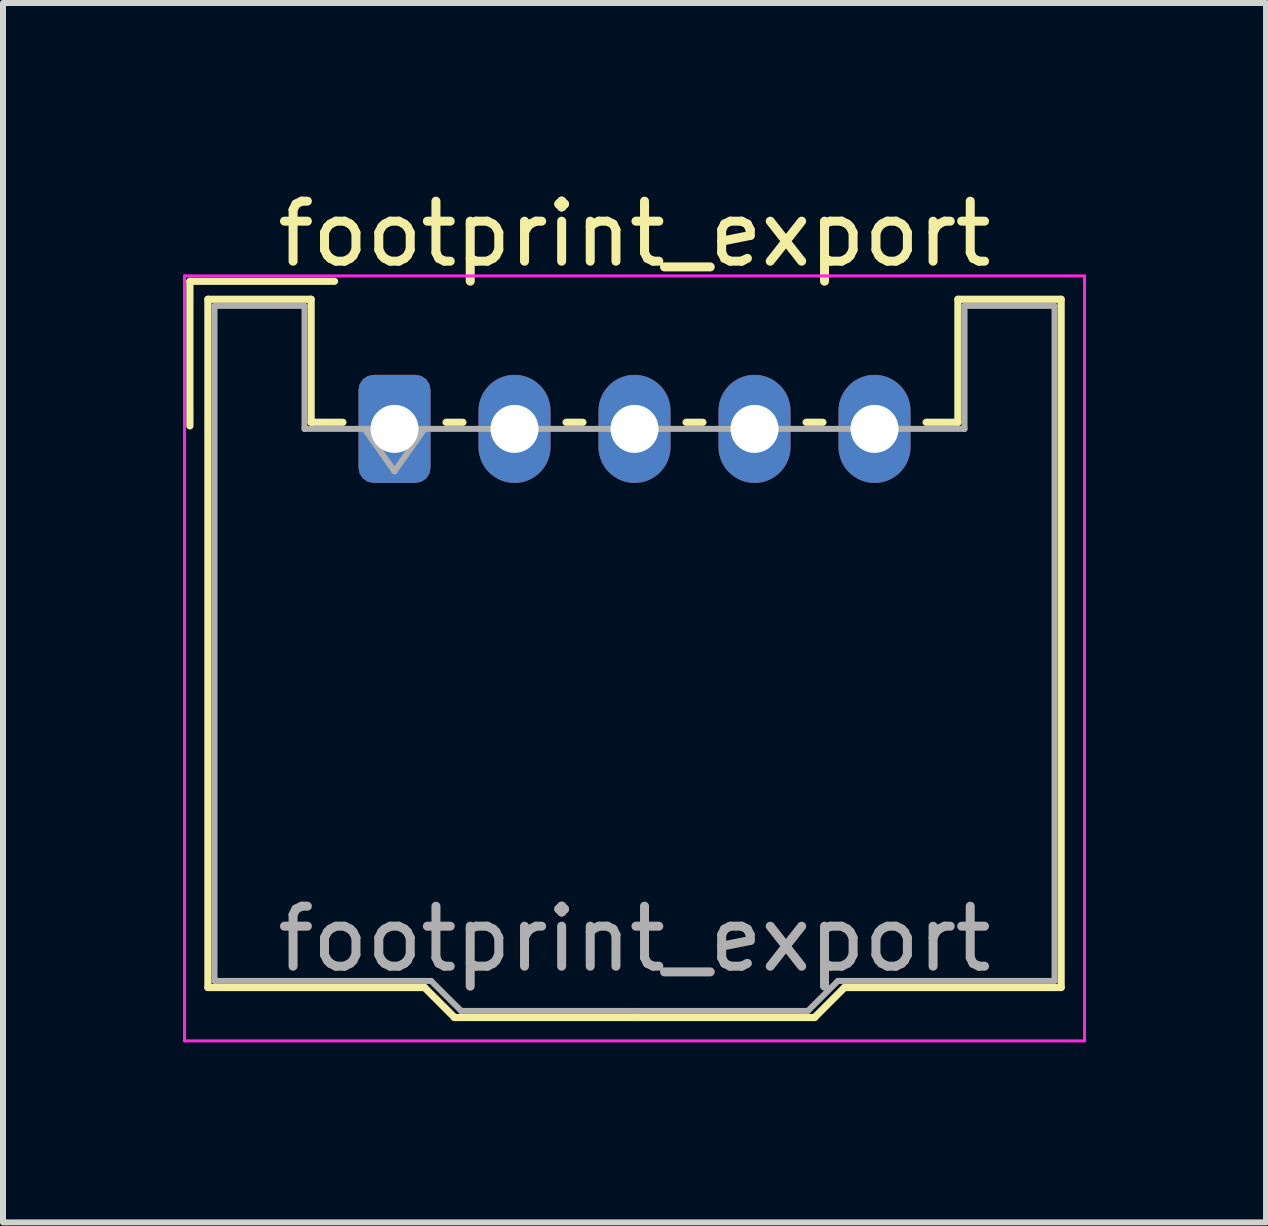
<source format=kicad_pcb>
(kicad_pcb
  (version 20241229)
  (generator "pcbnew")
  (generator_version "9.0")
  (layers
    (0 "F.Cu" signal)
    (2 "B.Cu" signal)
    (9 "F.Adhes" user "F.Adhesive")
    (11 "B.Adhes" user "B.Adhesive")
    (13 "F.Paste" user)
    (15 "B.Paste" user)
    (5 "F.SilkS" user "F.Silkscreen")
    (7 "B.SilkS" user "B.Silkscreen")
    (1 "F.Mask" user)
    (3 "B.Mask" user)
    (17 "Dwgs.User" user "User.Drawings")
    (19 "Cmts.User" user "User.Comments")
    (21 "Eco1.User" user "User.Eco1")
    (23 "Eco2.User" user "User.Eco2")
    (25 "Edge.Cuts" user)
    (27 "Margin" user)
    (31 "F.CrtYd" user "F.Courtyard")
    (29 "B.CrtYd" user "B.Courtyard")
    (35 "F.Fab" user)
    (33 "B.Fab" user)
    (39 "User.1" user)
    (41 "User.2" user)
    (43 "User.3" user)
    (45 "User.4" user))
  (footprint "footprint_export"
    (layer "F.Cu")
    (at 3.525 4.098)
    (property "Reference" "footprint_export" (at 4 -3.25 0) (layer "F.SilkS") (effects (font (size 1 1) (thickness 0.15))))
    (attr through_hole)
    (fp_line (start -3.41 -2.46) (end -1 -2.46) (stroke (width 0.12) (type solid)) (layer "F.SilkS"))
    (fp_line (start -3.41 -0.05) (end -3.41 -2.46) (stroke (width 0.12) (type solid)) (layer "F.SilkS"))
    (fp_line (start -3.11 -2.16) (end -1.39 -2.16) (stroke (width 0.12) (type solid)) (layer "F.SilkS"))
    (fp_line (start -3.11 9.31) (end -3.11 -2.16) (stroke (width 0.12) (type solid)) (layer "F.SilkS"))
    (fp_line (start -1.39 -2.16) (end -1.39 -0.11) (stroke (width 0.12) (type solid)) (layer "F.SilkS"))
    (fp_line (start -1.39 -0.11) (end -0.86 -0.11) (stroke (width 0.12) (type solid)) (layer "F.SilkS"))
    (fp_line (start 0.5 9.31) (end -3.11 9.31) (stroke (width 0.12) (type solid)) (layer "F.SilkS"))
    (fp_line (start 0.86 -0.11) (end 1.14 -0.11) (stroke (width 0.12) (type solid)) (layer "F.SilkS"))
    (fp_line (start 1 9.81) (end 0.5 9.31) (stroke (width 0.12) (type solid)) (layer "F.SilkS"))
    (fp_line (start 2.86 -0.11) (end 3.14 -0.11) (stroke (width 0.12) (type solid)) (layer "F.SilkS"))
    (fp_line (start 4 9.81) (end 1 9.81) (stroke (width 0.12) (type solid)) (layer "F.SilkS"))
    (fp_line (start 4 9.81) (end 7 9.81) (stroke (width 0.12) (type solid)) (layer "F.SilkS"))
    (fp_line (start 4.86 -0.11) (end 5.14 -0.11) (stroke (width 0.12) (type solid)) (layer "F.SilkS"))
    (fp_line (start 6.86 -0.11) (end 7.14 -0.11) (stroke (width 0.12) (type solid)) (layer "F.SilkS"))
    (fp_line (start 7 9.81) (end 7.5 9.31) (stroke (width 0.12) (type solid)) (layer "F.SilkS"))
    (fp_line (start 7.5 9.31) (end 11.11 9.31) (stroke (width 0.12) (type solid)) (layer "F.SilkS"))
    (fp_line (start 9.39 -2.16) (end 9.39 -0.11) (stroke (width 0.12) (type solid)) (layer "F.SilkS"))
    (fp_line (start 9.39 -0.11) (end 8.86 -0.11) (stroke (width 0.12) (type solid)) (layer "F.SilkS"))
    (fp_line (start 11.11 -2.16) (end 9.39 -2.16) (stroke (width 0.12) (type solid)) (layer "F.SilkS"))
    (fp_line (start 11.11 9.31) (end 11.11 -2.16) (stroke (width 0.12) (type solid)) (layer "F.SilkS"))
    (fp_line (start -3.5 -2.55) (end -3.5 10.2) (stroke (width 0.05) (type solid)) (layer "F.CrtYd"))
    (fp_line (start -3.5 10.2) (end 11.5 10.2) (stroke (width 0.05) (type solid)) (layer "F.CrtYd"))
    (fp_line (start 11.5 -2.55) (end -3.5 -2.55) (stroke (width 0.05) (type solid)) (layer "F.CrtYd"))
    (fp_line (start 11.5 10.2) (end 11.5 -2.55) (stroke (width 0.05) (type solid)) (layer "F.CrtYd"))
    (fp_line (start -3 -2.05) (end -1.5 -2.05) (stroke (width 0.1) (type solid)) (layer "F.Fab"))
    (fp_line (start -3 9.2) (end -3 -2.05) (stroke (width 0.1) (type solid)) (layer "F.Fab"))
    (fp_line (start -1.5 -2.05) (end -1.5 0) (stroke (width 0.1) (type solid)) (layer "F.Fab"))
    (fp_line (start -1.5 0) (end 4 0) (stroke (width 0.1) (type solid)) (layer "F.Fab"))
    (fp_line (start -0.5 0) (end 0 0.707) (stroke (width 0.1) (type solid)) (layer "F.Fab"))
    (fp_line (start 0 0.707) (end 0.5 0) (stroke (width 0.1) (type solid)) (layer "F.Fab"))
    (fp_line (start 0.61 9.2) (end -3 9.2) (stroke (width 0.1) (type solid)) (layer "F.Fab"))
    (fp_line (start 1.11 9.7) (end 0.61 9.2) (stroke (width 0.1) (type solid)) (layer "F.Fab"))
    (fp_line (start 4 9.7) (end 1.11 9.7) (stroke (width 0.1) (type solid)) (layer "F.Fab"))
    (fp_line (start 4 9.7) (end 6.89 9.7) (stroke (width 0.1) (type solid)) (layer "F.Fab"))
    (fp_line (start 6.89 9.7) (end 7.39 9.2) (stroke (width 0.1) (type solid)) (layer "F.Fab"))
    (fp_line (start 7.39 9.2) (end 11 9.2) (stroke (width 0.1) (type solid)) (layer "F.Fab"))
    (fp_line (start 9.5 -2.05) (end 9.5 0) (stroke (width 0.1) (type solid)) (layer "F.Fab"))
    (fp_line (start 9.5 0) (end 4 0) (stroke (width 0.1) (type solid)) (layer "F.Fab"))
    (fp_line (start 11 -2.05) (end 9.5 -2.05) (stroke (width 0.1) (type solid)) (layer "F.Fab"))
    (fp_line (start 11 9.2) (end 11 -2.05) (stroke (width 0.1) (type solid)) (layer "F.Fab"))
    (fp_text user "${REFERENCE}" (at 4 8.5 0) (layer "F.Fab") (effects (font (size 1 1) (thickness 0.15))))
    (pad "1" thru_hole roundrect (at 0 0) (size 1.2 1.8) (drill 0.8) (layers "*.Cu" "*.Mask") (roundrect_rratio 0.208))
    (pad "2" thru_hole oval (at 2 0) (size 1.2 1.8) (drill 0.8) (layers "*.Cu" "*.Mask"))
    (pad "3" thru_hole oval (at 4 0) (size 1.2 1.8) (drill 0.8) (layers "*.Cu" "*.Mask"))
    (pad "4" thru_hole oval (at 6 0) (size 1.2 1.8) (drill 0.8) (layers "*.Cu" "*.Mask"))
    (pad "5" thru_hole oval (at 8 0) (size 1.2 1.8) (drill 0.8) (layers "*.Cu" "*.Mask")))
  (gr_rect
    (start -3 -3)
    (end 18.05 17.323)
    (stroke (width 0.1) (type default))
    (fill no)
    (layer "Edge.Cuts")))
</source>
